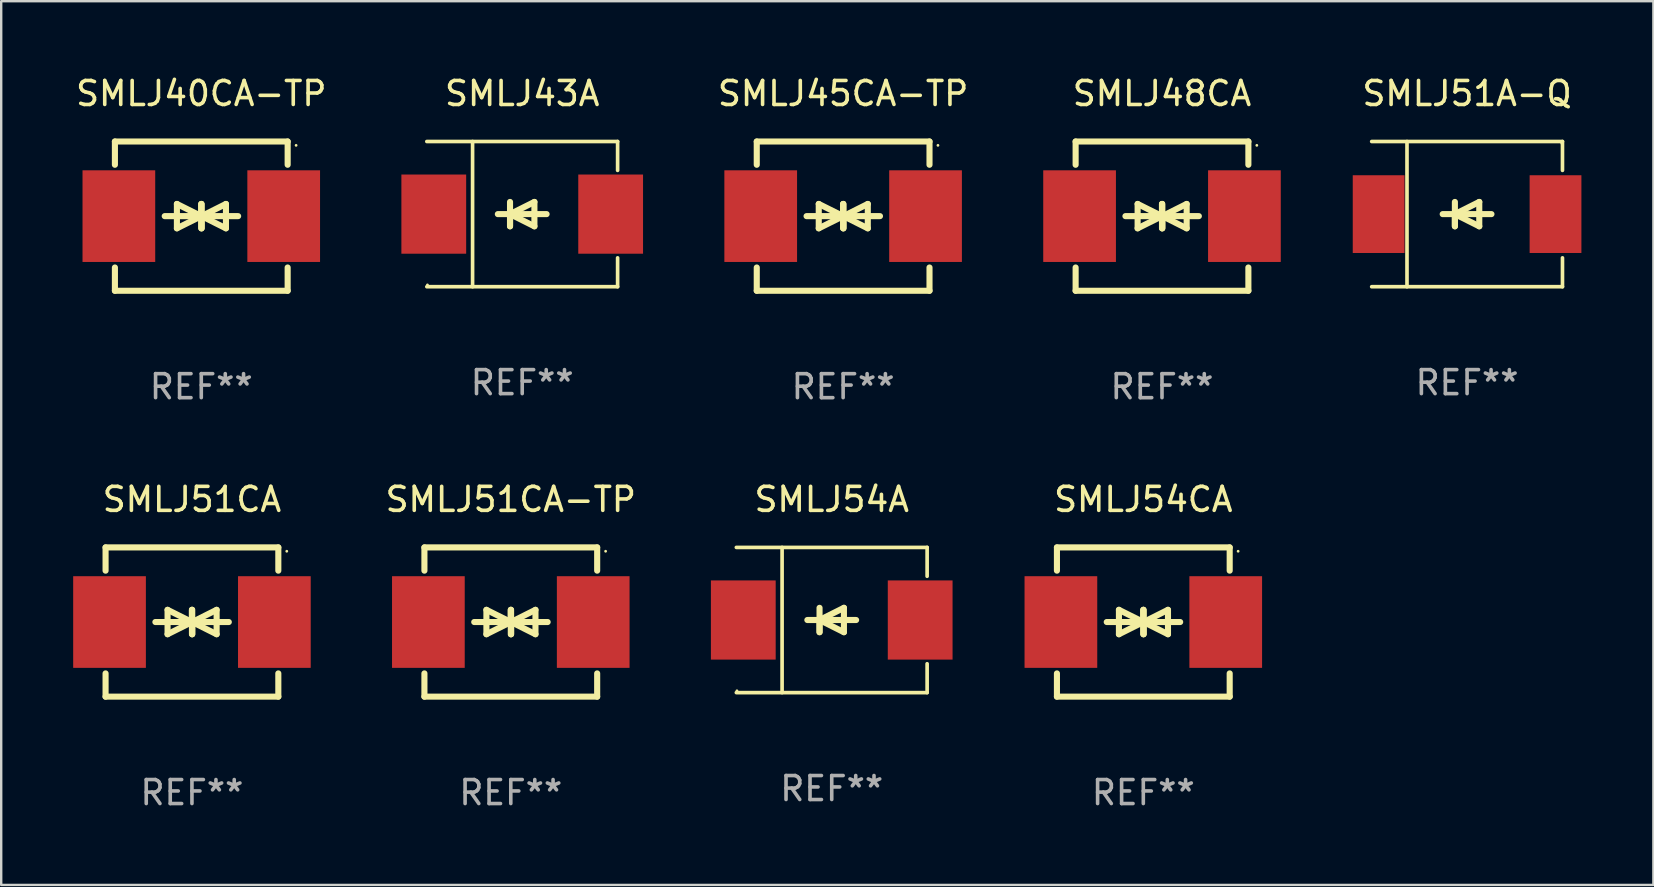
<source format=kicad_pcb>
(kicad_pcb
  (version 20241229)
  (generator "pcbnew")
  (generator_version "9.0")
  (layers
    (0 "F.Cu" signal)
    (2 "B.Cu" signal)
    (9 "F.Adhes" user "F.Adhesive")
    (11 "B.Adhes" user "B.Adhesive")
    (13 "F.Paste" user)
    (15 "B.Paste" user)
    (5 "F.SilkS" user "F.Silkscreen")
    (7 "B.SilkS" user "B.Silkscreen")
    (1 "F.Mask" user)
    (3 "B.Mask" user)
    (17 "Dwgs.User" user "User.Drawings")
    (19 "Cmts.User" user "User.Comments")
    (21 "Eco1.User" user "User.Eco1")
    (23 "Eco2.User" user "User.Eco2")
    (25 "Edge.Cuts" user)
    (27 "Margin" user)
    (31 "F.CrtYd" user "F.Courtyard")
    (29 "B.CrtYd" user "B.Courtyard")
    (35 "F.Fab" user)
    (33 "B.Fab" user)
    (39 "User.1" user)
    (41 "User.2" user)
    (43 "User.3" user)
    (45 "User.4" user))
  (footprint "SMLJ54CA"
    (layer "F.Cu")
    (at 44.601 22.875)
    (property "Reference" "SMLJ54CA" (at 0 -5.11 0) (layer "F.SilkS") (effects (font (size 1 1) (thickness 0.15))))
    (attr through_hole)
    (fp_line (start -3.6 -2.141) (end -3.6 -3.11) (stroke (width 0.254) (type solid)) (layer "F.SilkS"))
    (fp_line (start -3.6 3.11) (end -3.6 2.141) (stroke (width 0.254) (type solid)) (layer "F.SilkS"))
    (fp_line (start -1.524 0) (end 0.508 0) (stroke (width 0.254) (type solid)) (layer "F.SilkS"))
    (fp_line (start -1.016 -0.508) (end -1.016 0.508) (stroke (width 0.254) (type solid)) (layer "F.SilkS"))
    (fp_line (start -1.016 0.508) (end 0 0) (stroke (width 0.254) (type solid)) (layer "F.SilkS"))
    (fp_line (start 0 -0.508) (end 0 0.508) (stroke (width 0.254) (type solid)) (layer "F.SilkS"))
    (fp_line (start 0 0) (end -1.016 -0.508) (stroke (width 0.254) (type solid)) (layer "F.SilkS"))
    (fp_line (start 0 0) (end 0 -0.508) (stroke (width 0.254) (type solid)) (layer "F.SilkS"))
    (fp_line (start 0.012 0) (end 0.012 0.508) (stroke (width 0.254) (type solid)) (layer "F.SilkS"))
    (fp_line (start 0.012 0) (end 1.028 0.508) (stroke (width 0.254) (type solid)) (layer "F.SilkS"))
    (fp_line (start 0.012 0.508) (end 0.012 -0.508) (stroke (width 0.254) (type solid)) (layer "F.SilkS"))
    (fp_line (start 1.028 -0.508) (end 0.012 0) (stroke (width 0.254) (type solid)) (layer "F.SilkS"))
    (fp_line (start 1.028 0.508) (end 1.028 -0.508) (stroke (width 0.254) (type solid)) (layer "F.SilkS"))
    (fp_line (start 1.536 0) (end -0.496 0) (stroke (width 0.254) (type solid)) (layer "F.SilkS"))
    (fp_line (start 3.6 -3.11) (end -3.6 -3.11) (stroke (width 0.254) (type solid)) (layer "F.SilkS"))
    (fp_line (start 3.6 -2.141) (end 3.6 -3.11) (stroke (width 0.254) (type solid)) (layer "F.SilkS"))
    (fp_line (start 3.6 3.11) (end -3.6 3.11) (stroke (width 0.254) (type solid)) (layer "F.SilkS"))
    (fp_line (start 3.6 3.11) (end 3.6 2.141) (stroke (width 0.254) (type solid)) (layer "F.SilkS"))
    (fp_circle (center 3.952 -2.95) (end 3.982 -2.95) (stroke (width 0.06) (type solid)) (fill no) (layer "F.SilkS"))
    (fp_text user "REF**" (at 0 7.11 0) (layer "F.Fab") (effects (font (size 1 1) (thickness 0.15))))
    (pad "1" smd rect (at 3.435 0) (size 3.03 3.82) (layers "F.Cu" "F.Mask" "F.Paste"))
    (pad "2" smd rect (at -3.435 0) (size 3.03 3.82) (layers "F.Cu" "F.Mask" "F.Paste")))
  (footprint "SMLJ45CA-TP"
    (layer "F.Cu")
    (at 32.09 5.958)
    (property "Reference" "SMLJ45CA-TP" (at 0 -5.11 0) (layer "F.SilkS") (effects (font (size 1 1) (thickness 0.15))))
    (attr through_hole)
    (fp_line (start -3.6 -2.141) (end -3.6 -3.11) (stroke (width 0.254) (type solid)) (layer "F.SilkS"))
    (fp_line (start -3.6 3.11) (end -3.6 2.141) (stroke (width 0.254) (type solid)) (layer "F.SilkS"))
    (fp_line (start -1.524 0) (end 0.508 0) (stroke (width 0.254) (type solid)) (layer "F.SilkS"))
    (fp_line (start -1.016 -0.508) (end -1.016 0.508) (stroke (width 0.254) (type solid)) (layer "F.SilkS"))
    (fp_line (start -1.016 0.508) (end 0 0) (stroke (width 0.254) (type solid)) (layer "F.SilkS"))
    (fp_line (start 0 -0.508) (end 0 0.508) (stroke (width 0.254) (type solid)) (layer "F.SilkS"))
    (fp_line (start 0 0) (end -1.016 -0.508) (stroke (width 0.254) (type solid)) (layer "F.SilkS"))
    (fp_line (start 0 0) (end 0 -0.508) (stroke (width 0.254) (type solid)) (layer "F.SilkS"))
    (fp_line (start 0.012 0) (end 0.012 0.508) (stroke (width 0.254) (type solid)) (layer "F.SilkS"))
    (fp_line (start 0.012 0) (end 1.028 0.508) (stroke (width 0.254) (type solid)) (layer "F.SilkS"))
    (fp_line (start 0.012 0.508) (end 0.012 -0.508) (stroke (width 0.254) (type solid)) (layer "F.SilkS"))
    (fp_line (start 1.028 -0.508) (end 0.012 0) (stroke (width 0.254) (type solid)) (layer "F.SilkS"))
    (fp_line (start 1.028 0.508) (end 1.028 -0.508) (stroke (width 0.254) (type solid)) (layer "F.SilkS"))
    (fp_line (start 1.536 0) (end -0.496 0) (stroke (width 0.254) (type solid)) (layer "F.SilkS"))
    (fp_line (start 3.6 -3.11) (end -3.6 -3.11) (stroke (width 0.254) (type solid)) (layer "F.SilkS"))
    (fp_line (start 3.6 -2.141) (end 3.6 -3.11) (stroke (width 0.254) (type solid)) (layer "F.SilkS"))
    (fp_line (start 3.6 3.11) (end -3.6 3.11) (stroke (width 0.254) (type solid)) (layer "F.SilkS"))
    (fp_line (start 3.6 3.11) (end 3.6 2.141) (stroke (width 0.254) (type solid)) (layer "F.SilkS"))
    (fp_circle (center 3.952 -2.95) (end 3.982 -2.95) (stroke (width 0.06) (type solid)) (fill no) (layer "F.SilkS"))
    (fp_text user "REF**" (at 0 7.11 0) (layer "F.Fab") (effects (font (size 1 1) (thickness 0.15))))
    (pad "1" smd rect (at 3.435 0) (size 3.03 3.82) (layers "F.Cu" "F.Mask" "F.Paste"))
    (pad "2" smd rect (at -3.435 0) (size 3.03 3.82) (layers "F.Cu" "F.Mask" "F.Paste")))
  (footprint "SMLJ51CA-TP"
    (layer "F.Cu")
    (at 18.239 22.875)
    (property "Reference" "SMLJ51CA-TP" (at 0 -5.11 0) (layer "F.SilkS") (effects (font (size 1 1) (thickness 0.15))))
    (attr through_hole)
    (fp_line (start -3.6 -2.141) (end -3.6 -3.11) (stroke (width 0.254) (type solid)) (layer "F.SilkS"))
    (fp_line (start -3.6 3.11) (end -3.6 2.141) (stroke (width 0.254) (type solid)) (layer "F.SilkS"))
    (fp_line (start -1.524 0) (end 0.508 0) (stroke (width 0.254) (type solid)) (layer "F.SilkS"))
    (fp_line (start -1.016 -0.508) (end -1.016 0.508) (stroke (width 0.254) (type solid)) (layer "F.SilkS"))
    (fp_line (start -1.016 0.508) (end 0 0) (stroke (width 0.254) (type solid)) (layer "F.SilkS"))
    (fp_line (start 0 -0.508) (end 0 0.508) (stroke (width 0.254) (type solid)) (layer "F.SilkS"))
    (fp_line (start 0 0) (end -1.016 -0.508) (stroke (width 0.254) (type solid)) (layer "F.SilkS"))
    (fp_line (start 0 0) (end 0 -0.508) (stroke (width 0.254) (type solid)) (layer "F.SilkS"))
    (fp_line (start 0.012 0) (end 0.012 0.508) (stroke (width 0.254) (type solid)) (layer "F.SilkS"))
    (fp_line (start 0.012 0) (end 1.028 0.508) (stroke (width 0.254) (type solid)) (layer "F.SilkS"))
    (fp_line (start 0.012 0.508) (end 0.012 -0.508) (stroke (width 0.254) (type solid)) (layer "F.SilkS"))
    (fp_line (start 1.028 -0.508) (end 0.012 0) (stroke (width 0.254) (type solid)) (layer "F.SilkS"))
    (fp_line (start 1.028 0.508) (end 1.028 -0.508) (stroke (width 0.254) (type solid)) (layer "F.SilkS"))
    (fp_line (start 1.536 0) (end -0.496 0) (stroke (width 0.254) (type solid)) (layer "F.SilkS"))
    (fp_line (start 3.6 -3.11) (end -3.6 -3.11) (stroke (width 0.254) (type solid)) (layer "F.SilkS"))
    (fp_line (start 3.6 -2.141) (end 3.6 -3.11) (stroke (width 0.254) (type solid)) (layer "F.SilkS"))
    (fp_line (start 3.6 3.11) (end -3.6 3.11) (stroke (width 0.254) (type solid)) (layer "F.SilkS"))
    (fp_line (start 3.6 3.11) (end 3.6 2.141) (stroke (width 0.254) (type solid)) (layer "F.SilkS"))
    (fp_circle (center 3.952 -2.95) (end 3.982 -2.95) (stroke (width 0.06) (type solid)) (fill no) (layer "F.SilkS"))
    (fp_text user "REF**" (at 0 7.11 0) (layer "F.Fab") (effects (font (size 1 1) (thickness 0.15))))
    (pad "1" smd rect (at 3.435 0) (size 3.03 3.82) (layers "F.Cu" "F.Mask" "F.Paste"))
    (pad "2" smd rect (at -3.435 0) (size 3.03 3.82) (layers "F.Cu" "F.Mask" "F.Paste")))
  (footprint "SMLJ40CA-TP"
    (layer "F.Cu")
    (at 5.339 5.958)
    (property "Reference" "SMLJ40CA-TP" (at 0 -5.11 0) (layer "F.SilkS") (effects (font (size 1 1) (thickness 0.15))))
    (attr through_hole)
    (fp_line (start -3.6 -2.141) (end -3.6 -3.11) (stroke (width 0.254) (type solid)) (layer "F.SilkS"))
    (fp_line (start -3.6 3.11) (end -3.6 2.141) (stroke (width 0.254) (type solid)) (layer "F.SilkS"))
    (fp_line (start -1.524 0) (end 0.508 0) (stroke (width 0.254) (type solid)) (layer "F.SilkS"))
    (fp_line (start -1.016 -0.508) (end -1.016 0.508) (stroke (width 0.254) (type solid)) (layer "F.SilkS"))
    (fp_line (start -1.016 0.508) (end 0 0) (stroke (width 0.254) (type solid)) (layer "F.SilkS"))
    (fp_line (start 0 -0.508) (end 0 0.508) (stroke (width 0.254) (type solid)) (layer "F.SilkS"))
    (fp_line (start 0 0) (end -1.016 -0.508) (stroke (width 0.254) (type solid)) (layer "F.SilkS"))
    (fp_line (start 0 0) (end 0 -0.508) (stroke (width 0.254) (type solid)) (layer "F.SilkS"))
    (fp_line (start 0.012 0) (end 0.012 0.508) (stroke (width 0.254) (type solid)) (layer "F.SilkS"))
    (fp_line (start 0.012 0) (end 1.028 0.508) (stroke (width 0.254) (type solid)) (layer "F.SilkS"))
    (fp_line (start 0.012 0.508) (end 0.012 -0.508) (stroke (width 0.254) (type solid)) (layer "F.SilkS"))
    (fp_line (start 1.028 -0.508) (end 0.012 0) (stroke (width 0.254) (type solid)) (layer "F.SilkS"))
    (fp_line (start 1.028 0.508) (end 1.028 -0.508) (stroke (width 0.254) (type solid)) (layer "F.SilkS"))
    (fp_line (start 1.536 0) (end -0.496 0) (stroke (width 0.254) (type solid)) (layer "F.SilkS"))
    (fp_line (start 3.6 -3.11) (end -3.6 -3.11) (stroke (width 0.254) (type solid)) (layer "F.SilkS"))
    (fp_line (start 3.6 -2.141) (end 3.6 -3.11) (stroke (width 0.254) (type solid)) (layer "F.SilkS"))
    (fp_line (start 3.6 3.11) (end -3.6 3.11) (stroke (width 0.254) (type solid)) (layer "F.SilkS"))
    (fp_line (start 3.6 3.11) (end 3.6 2.141) (stroke (width 0.254) (type solid)) (layer "F.SilkS"))
    (fp_circle (center 3.952 -2.95) (end 3.982 -2.95) (stroke (width 0.06) (type solid)) (fill no) (layer "F.SilkS"))
    (fp_text user "REF**" (at 0 7.11 0) (layer "F.Fab") (effects (font (size 1 1) (thickness 0.15))))
    (pad "1" smd rect (at 3.435 0) (size 3.03 3.82) (layers "F.Cu" "F.Mask" "F.Paste"))
    (pad "2" smd rect (at -3.435 0) (size 3.03 3.82) (layers "F.Cu" "F.Mask" "F.Paste")))
  (footprint "SMLJ51CA"
    (layer "F.Cu")
    (at 4.95 22.875)
    (property "Reference" "SMLJ51CA" (at 0 -5.11 0) (layer "F.SilkS") (effects (font (size 1 1) (thickness 0.15))))
    (attr through_hole)
    (fp_line (start -3.6 -2.141) (end -3.6 -3.11) (stroke (width 0.254) (type solid)) (layer "F.SilkS"))
    (fp_line (start -3.6 3.11) (end -3.6 2.141) (stroke (width 0.254) (type solid)) (layer "F.SilkS"))
    (fp_line (start -1.524 0) (end 0.508 0) (stroke (width 0.254) (type solid)) (layer "F.SilkS"))
    (fp_line (start -1.016 -0.508) (end -1.016 0.508) (stroke (width 0.254) (type solid)) (layer "F.SilkS"))
    (fp_line (start -1.016 0.508) (end 0 0) (stroke (width 0.254) (type solid)) (layer "F.SilkS"))
    (fp_line (start 0 -0.508) (end 0 0.508) (stroke (width 0.254) (type solid)) (layer "F.SilkS"))
    (fp_line (start 0 0) (end -1.016 -0.508) (stroke (width 0.254) (type solid)) (layer "F.SilkS"))
    (fp_line (start 0 0) (end 0 -0.508) (stroke (width 0.254) (type solid)) (layer "F.SilkS"))
    (fp_line (start 0.012 0) (end 0.012 0.508) (stroke (width 0.254) (type solid)) (layer "F.SilkS"))
    (fp_line (start 0.012 0) (end 1.028 0.508) (stroke (width 0.254) (type solid)) (layer "F.SilkS"))
    (fp_line (start 0.012 0.508) (end 0.012 -0.508) (stroke (width 0.254) (type solid)) (layer "F.SilkS"))
    (fp_line (start 1.028 -0.508) (end 0.012 0) (stroke (width 0.254) (type solid)) (layer "F.SilkS"))
    (fp_line (start 1.028 0.508) (end 1.028 -0.508) (stroke (width 0.254) (type solid)) (layer "F.SilkS"))
    (fp_line (start 1.536 0) (end -0.496 0) (stroke (width 0.254) (type solid)) (layer "F.SilkS"))
    (fp_line (start 3.6 -3.11) (end -3.6 -3.11) (stroke (width 0.254) (type solid)) (layer "F.SilkS"))
    (fp_line (start 3.6 -2.141) (end 3.6 -3.11) (stroke (width 0.254) (type solid)) (layer "F.SilkS"))
    (fp_line (start 3.6 3.11) (end -3.6 3.11) (stroke (width 0.254) (type solid)) (layer "F.SilkS"))
    (fp_line (start 3.6 3.11) (end 3.6 2.141) (stroke (width 0.254) (type solid)) (layer "F.SilkS"))
    (fp_circle (center 3.952 -2.95) (end 3.982 -2.95) (stroke (width 0.06) (type solid)) (fill no) (layer "F.SilkS"))
    (fp_text user "REF**" (at 0 7.11 0) (layer "F.Fab") (effects (font (size 1 1) (thickness 0.15))))
    (pad "1" smd rect (at 3.435 0) (size 3.03 3.82) (layers "F.Cu" "F.Mask" "F.Paste"))
    (pad "2" smd rect (at -3.435 0) (size 3.03 3.82) (layers "F.Cu" "F.Mask" "F.Paste")))
  (footprint "SMLJ43A"
    (layer "F.Cu")
    (at 18.715 5.874)
    (property "Reference" "SMLJ43A" (at 0 -5.026 0) (layer "F.SilkS") (effects (font (size 1 1) (thickness 0.15))))
    (attr through_hole)
    (fp_line (start -3.976 -3.026) (end 3.976 -3.026) (stroke (width 0.152) (type solid)) (layer "F.SilkS"))
    (fp_line (start -3.976 3.026) (end 3.976 3.026) (stroke (width 0.152) (type solid)) (layer "F.SilkS"))
    (fp_line (start -2.069 -3.026) (end -2.069 3.026) (stroke (width 0.152) (type solid)) (layer "F.SilkS"))
    (fp_line (start -0.508 0) (end -0.508 0.508) (stroke (width 0.254) (type solid)) (layer "F.SilkS"))
    (fp_line (start -0.508 0) (end 0.508 0.508) (stroke (width 0.254) (type solid)) (layer "F.SilkS"))
    (fp_line (start -0.508 0.508) (end -0.508 -0.508) (stroke (width 0.254) (type solid)) (layer "F.SilkS"))
    (fp_line (start 0.508 -0.508) (end -0.508 0) (stroke (width 0.254) (type solid)) (layer "F.SilkS"))
    (fp_line (start 0.508 0.508) (end 0.508 -0.508) (stroke (width 0.254) (type solid)) (layer "F.SilkS"))
    (fp_line (start 1.016 0) (end -1.016 0) (stroke (width 0.254) (type solid)) (layer "F.SilkS"))
    (fp_line (start 3.976 -3.026) (end 3.976 -1.823) (stroke (width 0.152) (type solid)) (layer "F.SilkS"))
    (fp_line (start 3.976 3.026) (end 3.976 1.823) (stroke (width 0.152) (type solid)) (layer "F.SilkS"))
    (fp_circle (center -3.95 2.95) (end -3.92 2.95) (stroke (width 0.06) (type solid)) (fill no) (layer "F.SilkS"))
    (fp_text user "REF**" (at 0 7.026 0) (layer "F.Fab") (effects (font (size 1 1) (thickness 0.15))))
    (pad "1" smd rect (at -3.686 0) (size 2.7 3.3) (layers "F.Cu" "F.Mask" "F.Paste"))
    (pad "2" smd rect (at 3.686 0) (size 2.7 3.3) (layers "F.Cu" "F.Mask" "F.Paste")))
  (footprint "SMLJ48CA"
    (layer "F.Cu")
    (at 45.38 5.958)
    (property "Reference" "SMLJ48CA" (at 0 -5.11 0) (layer "F.SilkS") (effects (font (size 1 1) (thickness 0.15))))
    (attr through_hole)
    (fp_line (start -3.6 -2.141) (end -3.6 -3.11) (stroke (width 0.254) (type solid)) (layer "F.SilkS"))
    (fp_line (start -3.6 3.11) (end -3.6 2.141) (stroke (width 0.254) (type solid)) (layer "F.SilkS"))
    (fp_line (start -1.524 0) (end 0.508 0) (stroke (width 0.254) (type solid)) (layer "F.SilkS"))
    (fp_line (start -1.016 -0.508) (end -1.016 0.508) (stroke (width 0.254) (type solid)) (layer "F.SilkS"))
    (fp_line (start -1.016 0.508) (end 0 0) (stroke (width 0.254) (type solid)) (layer "F.SilkS"))
    (fp_line (start 0 -0.508) (end 0 0.508) (stroke (width 0.254) (type solid)) (layer "F.SilkS"))
    (fp_line (start 0 0) (end -1.016 -0.508) (stroke (width 0.254) (type solid)) (layer "F.SilkS"))
    (fp_line (start 0 0) (end 0 -0.508) (stroke (width 0.254) (type solid)) (layer "F.SilkS"))
    (fp_line (start 0.012 0) (end 0.012 0.508) (stroke (width 0.254) (type solid)) (layer "F.SilkS"))
    (fp_line (start 0.012 0) (end 1.028 0.508) (stroke (width 0.254) (type solid)) (layer "F.SilkS"))
    (fp_line (start 0.012 0.508) (end 0.012 -0.508) (stroke (width 0.254) (type solid)) (layer "F.SilkS"))
    (fp_line (start 1.028 -0.508) (end 0.012 0) (stroke (width 0.254) (type solid)) (layer "F.SilkS"))
    (fp_line (start 1.028 0.508) (end 1.028 -0.508) (stroke (width 0.254) (type solid)) (layer "F.SilkS"))
    (fp_line (start 1.536 0) (end -0.496 0) (stroke (width 0.254) (type solid)) (layer "F.SilkS"))
    (fp_line (start 3.6 -3.11) (end -3.6 -3.11) (stroke (width 0.254) (type solid)) (layer "F.SilkS"))
    (fp_line (start 3.6 -2.141) (end 3.6 -3.11) (stroke (width 0.254) (type solid)) (layer "F.SilkS"))
    (fp_line (start 3.6 3.11) (end -3.6 3.11) (stroke (width 0.254) (type solid)) (layer "F.SilkS"))
    (fp_line (start 3.6 3.11) (end 3.6 2.141) (stroke (width 0.254) (type solid)) (layer "F.SilkS"))
    (fp_circle (center 3.952 -2.95) (end 3.982 -2.95) (stroke (width 0.06) (type solid)) (fill no) (layer "F.SilkS"))
    (fp_text user "REF**" (at 0 7.11 0) (layer "F.Fab") (effects (font (size 1 1) (thickness 0.15))))
    (pad "1" smd rect (at 3.435 0) (size 3.03 3.82) (layers "F.Cu" "F.Mask" "F.Paste"))
    (pad "2" smd rect (at -3.435 0) (size 3.03 3.82) (layers "F.Cu" "F.Mask" "F.Paste")))
  (footprint "SMLJ51A-Q"
    (layer "F.Cu")
    (at 58.095 5.874)
    (property "Reference" "SMLJ51A-Q" (at 0 -5.026 0) (layer "F.SilkS") (effects (font (size 1 1) (thickness 0.15))))
    (attr through_hole)
    (fp_line (start -3.976 -3.026) (end 3.976 -3.026) (stroke (width 0.152) (type solid)) (layer "F.SilkS"))
    (fp_line (start -3.976 3.026) (end 3.976 3.026) (stroke (width 0.152) (type solid)) (layer "F.SilkS"))
    (fp_line (start -2.504 -3.026) (end -2.504 3.026) (stroke (width 0.152) (type solid)) (layer "F.SilkS"))
    (fp_line (start -0.508 0) (end -0.508 0.508) (stroke (width 0.254) (type solid)) (layer "F.SilkS"))
    (fp_line (start -0.508 0) (end 0.508 0.508) (stroke (width 0.254) (type solid)) (layer "F.SilkS"))
    (fp_line (start -0.508 0.508) (end -0.508 -0.508) (stroke (width 0.254) (type solid)) (layer "F.SilkS"))
    (fp_line (start 0.508 -0.508) (end -0.508 0) (stroke (width 0.254) (type solid)) (layer "F.SilkS"))
    (fp_line (start 0.508 0.508) (end 0.508 -0.508) (stroke (width 0.254) (type solid)) (layer "F.SilkS"))
    (fp_line (start 1.016 0) (end -1.016 0) (stroke (width 0.254) (type solid)) (layer "F.SilkS"))
    (fp_line (start 3.976 -3.026) (end 3.976 -1.823) (stroke (width 0.152) (type solid)) (layer "F.SilkS"))
    (fp_line (start 3.976 3.026) (end 3.976 1.823) (stroke (width 0.152) (type solid)) (layer "F.SilkS"))
    (fp_circle (center 3.95 -2.95) (end 3.98 -2.95) (stroke (width 0.06) (type solid)) (fill no) (layer "F.SilkS"))
    (fp_text user "REF**" (at 0 7.026 0) (layer "F.Fab") (effects (font (size 1 1) (thickness 0.15))))
    (pad "1" smd rect (at 3.686 0 180) (size 2.158 3.24) (layers "F.Cu" "F.Mask" "F.Paste"))
    (pad "2" smd rect (at -3.686 0 180) (size 2.158 3.24) (layers "F.Cu" "F.Mask" "F.Paste")))
  (footprint "SMLJ54A"
    (layer "F.Cu")
    (at 31.615 22.791)
    (property "Reference" "SMLJ54A" (at 0 -5.026 0) (layer "F.SilkS") (effects (font (size 1 1) (thickness 0.15))))
    (attr through_hole)
    (fp_line (start -3.976 -3.026) (end 3.976 -3.026) (stroke (width 0.152) (type solid)) (layer "F.SilkS"))
    (fp_line (start -3.976 3.026) (end 3.976 3.026) (stroke (width 0.152) (type solid)) (layer "F.SilkS"))
    (fp_line (start -2.069 -3.026) (end -2.069 3.026) (stroke (width 0.152) (type solid)) (layer "F.SilkS"))
    (fp_line (start -0.508 0) (end -0.508 0.508) (stroke (width 0.254) (type solid)) (layer "F.SilkS"))
    (fp_line (start -0.508 0) (end 0.508 0.508) (stroke (width 0.254) (type solid)) (layer "F.SilkS"))
    (fp_line (start -0.508 0.508) (end -0.508 -0.508) (stroke (width 0.254) (type solid)) (layer "F.SilkS"))
    (fp_line (start 0.508 -0.508) (end -0.508 0) (stroke (width 0.254) (type solid)) (layer "F.SilkS"))
    (fp_line (start 0.508 0.508) (end 0.508 -0.508) (stroke (width 0.254) (type solid)) (layer "F.SilkS"))
    (fp_line (start 1.016 0) (end -1.016 0) (stroke (width 0.254) (type solid)) (layer "F.SilkS"))
    (fp_line (start 3.976 -3.026) (end 3.976 -1.823) (stroke (width 0.152) (type solid)) (layer "F.SilkS"))
    (fp_line (start 3.976 3.026) (end 3.976 1.823) (stroke (width 0.152) (type solid)) (layer "F.SilkS"))
    (fp_circle (center -3.95 2.95) (end -3.92 2.95) (stroke (width 0.06) (type solid)) (fill no) (layer "F.SilkS"))
    (fp_text user "REF**" (at 0 7.026 0) (layer "F.Fab") (effects (font (size 1 1) (thickness 0.15))))
    (pad "1" smd rect (at -3.686 0) (size 2.7 3.3) (layers "F.Cu" "F.Mask" "F.Paste"))
    (pad "2" smd rect (at 3.686 0) (size 2.7 3.3) (layers "F.Cu" "F.Mask" "F.Paste")))
  (gr_rect
    (start -3 -3)
    (end 65.86 33.833)
    (stroke (width 0.1) (type default))
    (fill no)
    (layer "Edge.Cuts")))
</source>
